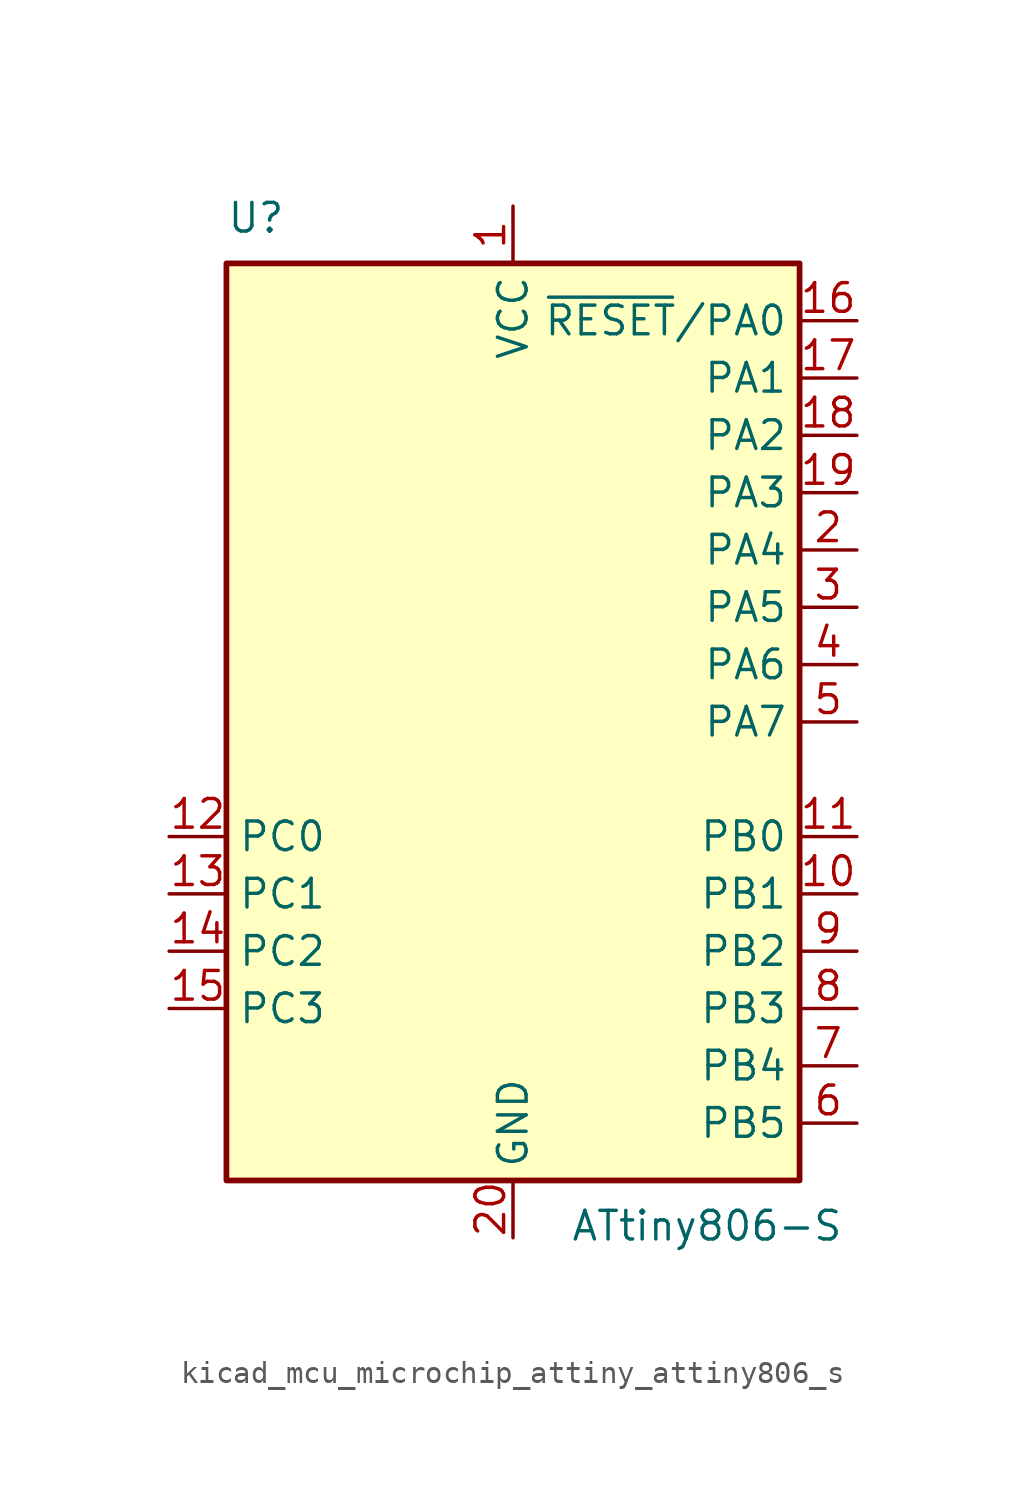
<source format=kicad_sym>
(kicad_symbol_lib
  (version 20220914)
  (generator kicad_symbol_editor)
  (symbol "kicad_mcu_microchip_attiny_attiny806_s"
    (property "Reference" "U"
      (at -12.7 21.59 0)
      (effects (font (size 1.27 1.27)) (justify left bottom)))
    (property "Value" "ATtiny806-S"
      (at 2.54 -21.59 0)
      (effects (font (size 1.27 1.27)) (justify left top)))
    (symbol "kicad_mcu_microchip_attiny_attiny806_s_0_1"
      (rectangle (start -12.7 -20.32) (end 12.7 20.32) (stroke (width 0.254) (type default)) (fill (type background))))
    (symbol "kicad_mcu_microchip_attiny_attiny806_s_1_1"
      (pin power_in line (at 0 22.86 270) (length 2.54) (name "VCC" (effects (font (size 1.27 1.27)))) (number "1" (effects (font (size 1.27 1.27)))))
      (pin bidirectional line (at 15.24 -7.62 180) (length 2.54) (name "PB1" (effects (font (size 1.27 1.27)))) (number "10" (effects (font (size 1.27 1.27)))))
      (pin bidirectional line (at 15.24 -5.08 180) (length 2.54) (name "PB0" (effects (font (size 1.27 1.27)))) (number "11" (effects (font (size 1.27 1.27)))))
      (pin bidirectional line (at -15.24 -5.08 0) (length 2.54) (name "PC0" (effects (font (size 1.27 1.27)))) (number "12" (effects (font (size 1.27 1.27)))))
      (pin bidirectional line (at -15.24 -7.62 0) (length 2.54) (name "PC1" (effects (font (size 1.27 1.27)))) (number "13" (effects (font (size 1.27 1.27)))))
      (pin bidirectional line (at -15.24 -10.16 0) (length 2.54) (name "PC2" (effects (font (size 1.27 1.27)))) (number "14" (effects (font (size 1.27 1.27)))))
      (pin bidirectional line (at -15.24 -12.7 0) (length 2.54) (name "PC3" (effects (font (size 1.27 1.27)))) (number "15" (effects (font (size 1.27 1.27)))))
      (pin bidirectional line (at 15.24 17.78 180) (length 2.54) (name "~{RESET}/PA0" (effects (font (size 1.27 1.27)))) (number "16" (effects (font (size 1.27 1.27)))))
      (pin bidirectional line (at 15.24 15.24 180) (length 2.54) (name "PA1" (effects (font (size 1.27 1.27)))) (number "17" (effects (font (size 1.27 1.27)))))
      (pin bidirectional line (at 15.24 12.7 180) (length 2.54) (name "PA2" (effects (font (size 1.27 1.27)))) (number "18" (effects (font (size 1.27 1.27)))))
      (pin bidirectional line (at 15.24 10.16 180) (length 2.54) (name "PA3" (effects (font (size 1.27 1.27)))) (number "19" (effects (font (size 1.27 1.27)))))
      (pin bidirectional line (at 15.24 7.62 180) (length 2.54) (name "PA4" (effects (font (size 1.27 1.27)))) (number "2" (effects (font (size 1.27 1.27)))))
      (pin power_in line (at 0 -22.86 90) (length 2.54) (name "GND" (effects (font (size 1.27 1.27)))) (number "20" (effects (font (size 1.27 1.27)))))
      (pin bidirectional line (at 15.24 5.08 180) (length 2.54) (name "PA5" (effects (font (size 1.27 1.27)))) (number "3" (effects (font (size 1.27 1.27)))))
      (pin bidirectional line (at 15.24 2.54 180) (length 2.54) (name "PA6" (effects (font (size 1.27 1.27)))) (number "4" (effects (font (size 1.27 1.27)))))
      (pin bidirectional line (at 15.24 0 180) (length 2.54) (name "PA7" (effects (font (size 1.27 1.27)))) (number "5" (effects (font (size 1.27 1.27)))))
      (pin bidirectional line (at 15.24 -17.78 180) (length 2.54) (name "PB5" (effects (font (size 1.27 1.27)))) (number "6" (effects (font (size 1.27 1.27)))))
      (pin bidirectional line (at 15.24 -15.24 180) (length 2.54) (name "PB4" (effects (font (size 1.27 1.27)))) (number "7" (effects (font (size 1.27 1.27)))))
      (pin bidirectional line (at 15.24 -12.7 180) (length 2.54) (name "PB3" (effects (font (size 1.27 1.27)))) (number "8" (effects (font (size 1.27 1.27)))))
      (pin bidirectional line (at 15.24 -10.16 180) (length 2.54) (name "PB2" (effects (font (size 1.27 1.27)))) (number "9" (effects (font (size 1.27 1.27))))))))
</source>
